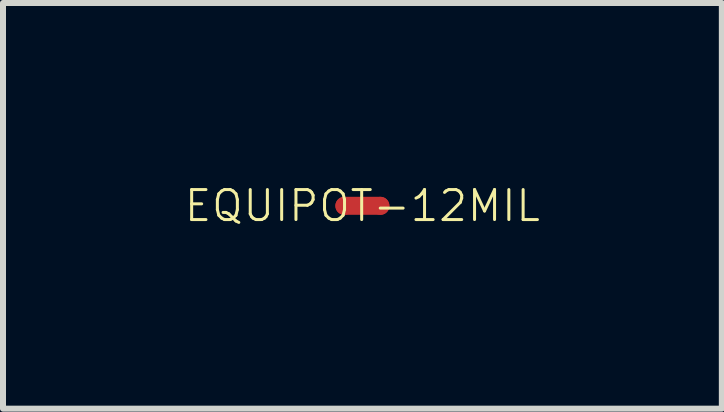
<source format=kicad_pcb>
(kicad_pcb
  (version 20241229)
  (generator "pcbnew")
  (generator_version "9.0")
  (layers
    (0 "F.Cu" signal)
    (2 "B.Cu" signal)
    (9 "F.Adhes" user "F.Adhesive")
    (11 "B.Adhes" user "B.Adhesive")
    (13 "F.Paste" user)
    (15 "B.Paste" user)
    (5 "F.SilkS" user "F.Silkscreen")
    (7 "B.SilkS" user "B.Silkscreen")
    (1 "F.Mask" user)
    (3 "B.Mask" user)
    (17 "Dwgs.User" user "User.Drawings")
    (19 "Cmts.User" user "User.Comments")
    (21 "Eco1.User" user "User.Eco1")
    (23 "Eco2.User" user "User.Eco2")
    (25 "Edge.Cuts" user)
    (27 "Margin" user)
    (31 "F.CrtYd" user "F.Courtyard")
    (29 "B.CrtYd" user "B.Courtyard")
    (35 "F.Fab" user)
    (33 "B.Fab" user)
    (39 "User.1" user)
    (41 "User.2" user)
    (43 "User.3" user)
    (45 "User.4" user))
  (footprint "EQUIPOT-12MIL"
    (layer "F.Cu")
    (at 2.989 0.38)
    (property "Reference" "EQUIPOT-12MIL" (at 0 0 0) (layer "F.SilkS") (effects (font (size 0.5 0.5) (thickness 0.05))))
    (attr exclude_from_pos_files exclude_from_bom)
    (fp_line (start -0.3 0) (end 0.3 0) (stroke (width 0.3) (type solid)) (layer "F.Cu"))
    (pad "1" smd circle (at -0.3 0) (size 0.3 0.3) (layers "F.Cu"))
    (pad "2" smd circle (at 0.3 0) (size 0.3 0.3) (layers "F.Cu")))
  (gr_rect
    (start -3 -3)
    (end 8.979 3.76)
    (stroke (width 0.1) (type default))
    (fill no)
    (layer "Edge.Cuts")))
</source>
